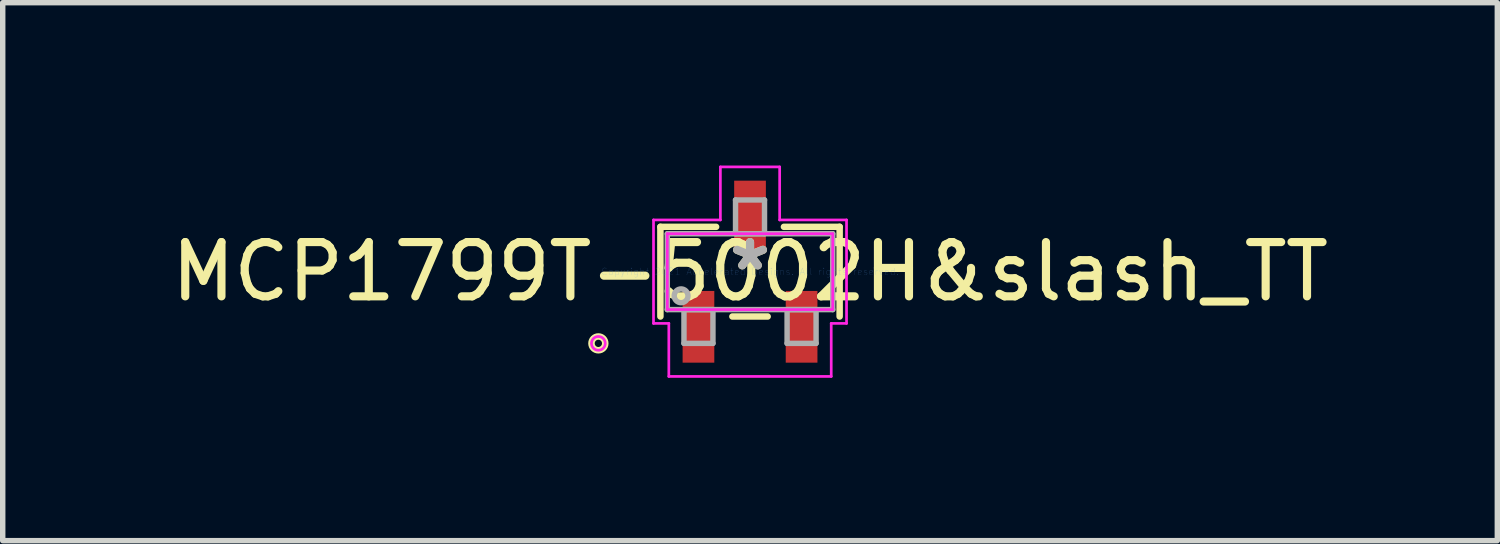
<source format=kicad_pcb>
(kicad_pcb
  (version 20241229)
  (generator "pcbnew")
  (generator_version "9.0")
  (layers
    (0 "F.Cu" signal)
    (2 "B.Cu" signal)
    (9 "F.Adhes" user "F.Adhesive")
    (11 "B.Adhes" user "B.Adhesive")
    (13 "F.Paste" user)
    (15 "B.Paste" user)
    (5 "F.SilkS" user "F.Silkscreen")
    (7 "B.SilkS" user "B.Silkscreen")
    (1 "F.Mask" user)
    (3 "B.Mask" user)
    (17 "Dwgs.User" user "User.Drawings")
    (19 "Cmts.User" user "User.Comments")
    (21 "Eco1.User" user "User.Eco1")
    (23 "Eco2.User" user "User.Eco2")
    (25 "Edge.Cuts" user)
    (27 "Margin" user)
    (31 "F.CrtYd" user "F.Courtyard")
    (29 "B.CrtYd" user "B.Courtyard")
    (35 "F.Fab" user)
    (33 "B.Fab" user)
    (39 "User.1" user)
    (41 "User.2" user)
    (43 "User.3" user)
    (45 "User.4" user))
  (footprint "MCP1799T-5002H&slash_TT"
    (layer "F.Cu")
    (at 10.768 1.955)
    (property "Reference" "MCP1799T-5002H&slash_TT" (at 0 0 0) (layer "F.SilkS") (effects (font (size 1 1) (thickness 0.15))))
    (attr through_hole)
    (fp_line (start -1.651 -0.826) (end -1.651 0.826) (stroke (width 0.12) (type solid)) (layer "F.SilkS"))
    (fp_line (start -0.625 -0.826) (end -1.651 -0.826) (stroke (width 0.12) (type solid)) (layer "F.SilkS"))
    (fp_line (start -0.325 0.826) (end 0.325 0.826) (stroke (width 0.12) (type solid)) (layer "F.SilkS"))
    (fp_line (start 1.651 -0.826) (end 0.625 -0.826) (stroke (width 0.12) (type solid)) (layer "F.SilkS"))
    (fp_line (start 1.651 0.826) (end 1.651 -0.826) (stroke (width 0.12) (type solid)) (layer "F.SilkS"))
    (fp_circle (center -2.794 1.321) (end -2.667 1.321) (stroke (width 0.12) (type solid)) (fill no) (layer "F.SilkS"))
    (fp_line (start -1.778 -0.953) (end -0.546 -0.953) (stroke (width 0.05) (type solid)) (layer "F.CrtYd"))
    (fp_line (start -1.778 0.953) (end -1.778 -0.953) (stroke (width 0.05) (type solid)) (layer "F.CrtYd"))
    (fp_line (start -1.524 -0.699) (end 1.524 -0.699) (stroke (width 0.05) (type solid)) (layer "F.CrtYd"))
    (fp_line (start -1.524 0.699) (end -1.524 -0.699) (stroke (width 0.05) (type solid)) (layer "F.CrtYd"))
    (fp_line (start -1.496 0.953) (end -1.778 0.953) (stroke (width 0.05) (type solid)) (layer "F.CrtYd"))
    (fp_line (start -1.496 1.93) (end -1.496 0.953) (stroke (width 0.05) (type solid)) (layer "F.CrtYd"))
    (fp_line (start -0.546 -1.93) (end 0.546 -1.93) (stroke (width 0.05) (type solid)) (layer "F.CrtYd"))
    (fp_line (start -0.546 -0.953) (end -0.546 -1.93) (stroke (width 0.05) (type solid)) (layer "F.CrtYd"))
    (fp_line (start 0.546 -1.93) (end 0.546 -0.953) (stroke (width 0.05) (type solid)) (layer "F.CrtYd"))
    (fp_line (start 0.546 -0.953) (end 1.778 -0.953) (stroke (width 0.05) (type solid)) (layer "F.CrtYd"))
    (fp_line (start 1.496 0.953) (end 1.496 1.93) (stroke (width 0.05) (type solid)) (layer "F.CrtYd"))
    (fp_line (start 1.496 1.93) (end -1.496 1.93) (stroke (width 0.05) (type solid)) (layer "F.CrtYd"))
    (fp_line (start 1.524 -0.699) (end 1.524 0.699) (stroke (width 0.05) (type solid)) (layer "F.CrtYd"))
    (fp_line (start 1.524 0.699) (end -1.524 0.699) (stroke (width 0.05) (type solid)) (layer "F.CrtYd"))
    (fp_line (start 1.778 -0.953) (end 1.778 0.953) (stroke (width 0.05) (type solid)) (layer "F.CrtYd"))
    (fp_line (start 1.778 0.953) (end 1.496 0.953) (stroke (width 0.05) (type solid)) (layer "F.CrtYd"))
    (fp_circle (center -2.794 1.321) (end -2.667 1.321) (stroke (width 0.05) (type solid)) (fill no) (layer "F.CrtYd"))
    (fp_line (start -1.524 -0.699) (end -1.524 0.699) (stroke (width 0.1) (type solid)) (layer "F.Fab"))
    (fp_line (start -1.524 0.699) (end 1.524 0.699) (stroke (width 0.1) (type solid)) (layer "F.Fab"))
    (fp_line (start -1.217 0.699) (end -1.217 1.321) (stroke (width 0.1) (type solid)) (layer "F.Fab"))
    (fp_line (start -1.217 1.321) (end -0.683 1.321) (stroke (width 0.1) (type solid)) (layer "F.Fab"))
    (fp_line (start -0.683 0.699) (end -1.217 0.699) (stroke (width 0.1) (type solid)) (layer "F.Fab"))
    (fp_line (start -0.683 1.321) (end -0.683 0.699) (stroke (width 0.1) (type solid)) (layer "F.Fab"))
    (fp_line (start -0.267 -1.321) (end -0.267 -0.699) (stroke (width 0.1) (type solid)) (layer "F.Fab"))
    (fp_line (start -0.267 -0.699) (end 0.267 -0.699) (stroke (width 0.1) (type solid)) (layer "F.Fab"))
    (fp_line (start 0.267 -1.321) (end -0.267 -1.321) (stroke (width 0.1) (type solid)) (layer "F.Fab"))
    (fp_line (start 0.267 -0.699) (end 0.267 -1.321) (stroke (width 0.1) (type solid)) (layer "F.Fab"))
    (fp_line (start 0.683 0.699) (end 0.683 1.321) (stroke (width 0.1) (type solid)) (layer "F.Fab"))
    (fp_line (start 0.683 1.321) (end 1.217 1.321) (stroke (width 0.1) (type solid)) (layer "F.Fab"))
    (fp_line (start 1.217 0.699) (end 0.683 0.699) (stroke (width 0.1) (type solid)) (layer "F.Fab"))
    (fp_line (start 1.217 1.321) (end 1.217 0.699) (stroke (width 0.1) (type solid)) (layer "F.Fab"))
    (fp_line (start 1.524 -0.699) (end -1.524 -0.699) (stroke (width 0.1) (type solid)) (layer "F.Fab"))
    (fp_line (start 1.524 0.699) (end 1.524 -0.699) (stroke (width 0.1) (type solid)) (layer "F.Fab"))
    (fp_circle (center -1.27 0.445) (end -1.143 0.445) (stroke (width 0.1) (type solid)) (fill no) (layer "F.Fab"))
    (fp_text user "*" (at 0 0 0) (layer "F.SilkS") (effects (font (size 1 1) (thickness 0.15))))
    (fp_text user "Copyright 2021 Accelerated Designs. All rights reserved." (at 0 0 0) (layer "Cmts.User") (effects (font (size 0.127 0.127) (thickness 0.002))))
    (fp_text user "*" (at 0 0 0) (layer "F.Fab") (effects (font (size 1 1) (thickness 0.15))))
    (pad "1" smd rect (at -0.95 1.016) (size 0.584 1.321) (layers "F.Cu" "F.Mask" "F.Paste"))
    (pad "2" smd rect (at 0.95 1.016) (size 0.584 1.321) (layers "F.Cu" "F.Mask" "F.Paste"))
    (pad "3" smd rect (at 0 -1.016) (size 0.584 1.321) (layers "F.Cu" "F.Mask" "F.Paste")))
  (gr_rect
    (start -3 -3)
    (end 24.536 6.911)
    (stroke (width 0.1) (type default))
    (fill no)
    (layer "Edge.Cuts")))
</source>
